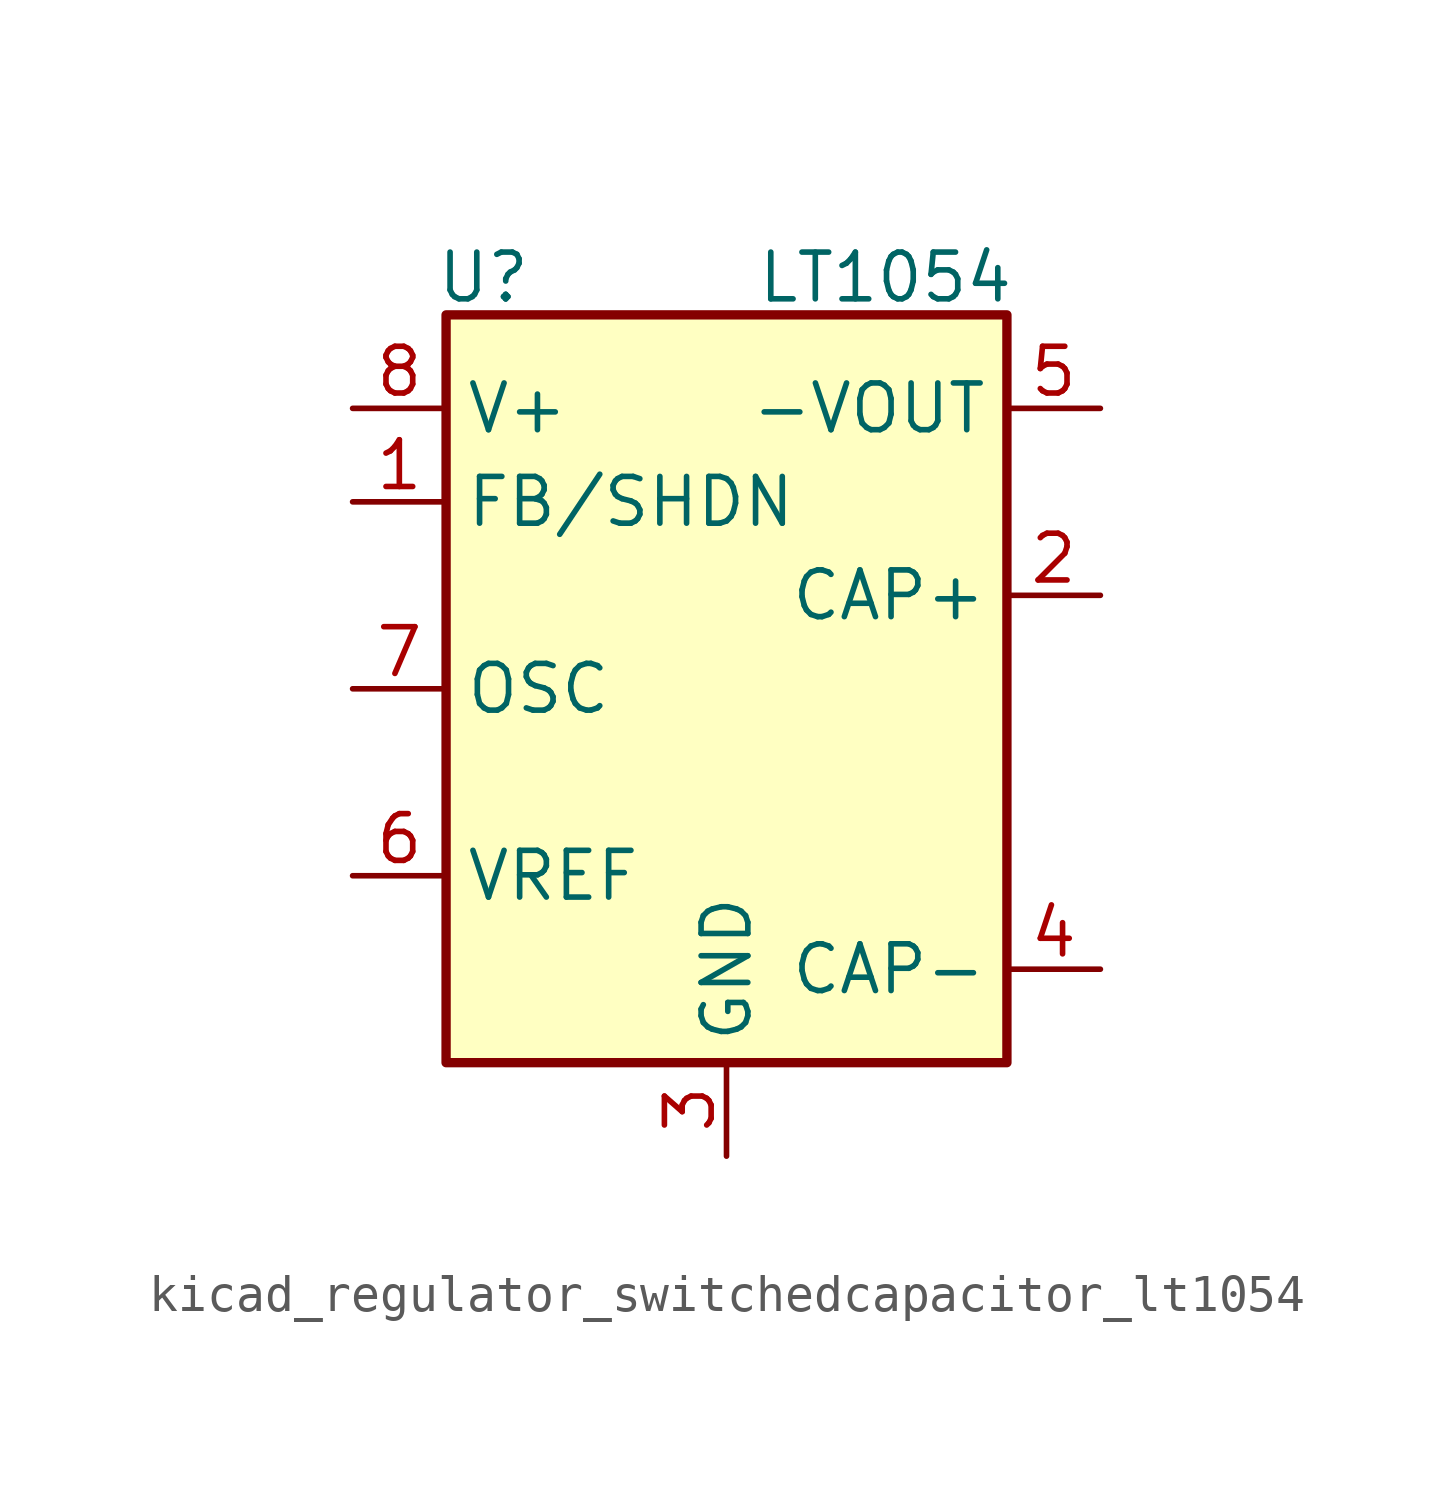
<source format=kicad_sym>
(kicad_symbol_lib
  (version 20220914)
  (generator kicad_symbol_editor)
  (symbol "kicad_regulator_switchedcapacitor_lt1054"
    (property "Reference" "U"
      (at -6.604 11.176 0)
      (effects (font (size 1.27 1.27))))
    (property "Value" "LT1054"
      (at 4.318 11.176 0)
      (effects (font (size 1.27 1.27))))
    (symbol "kicad_regulator_switchedcapacitor_lt1054_0_1"
      (rectangle (start -7.62 10.16) (end 7.62 -10.16) (stroke (width 0.254) (type default)) (fill (type background))))
    (symbol "kicad_regulator_switchedcapacitor_lt1054_1_1"
      (pin input line (at -10.16 5.08 0) (length 2.54) (name "FB/SHDN" (effects (font (size 1.27 1.27)))) (number "1" (effects (font (size 1.27 1.27)))))
      (pin input line (at 10.16 2.54 180) (length 2.54) (name "CAP+" (effects (font (size 1.27 1.27)))) (number "2" (effects (font (size 1.27 1.27)))))
      (pin power_in line (at 0 -12.7 90) (length 2.54) (name "GND" (effects (font (size 1.27 1.27)))) (number "3" (effects (font (size 1.27 1.27)))))
      (pin input line (at 10.16 -7.62 180) (length 2.54) (name "CAP-" (effects (font (size 1.27 1.27)))) (number "4" (effects (font (size 1.27 1.27)))))
      (pin power_out line (at 10.16 7.62 180) (length 2.54) (name "-VOUT" (effects (font (size 1.27 1.27)))) (number "5" (effects (font (size 1.27 1.27)))))
      (pin output line (at -10.16 -5.08 0) (length 2.54) (name "VREF" (effects (font (size 1.27 1.27)))) (number "6" (effects (font (size 1.27 1.27)))))
      (pin input line (at -10.16 0 0) (length 2.54) (name "OSC" (effects (font (size 1.27 1.27)))) (number "7" (effects (font (size 1.27 1.27)))))
      (pin power_in line (at -10.16 7.62 0) (length 2.54) (name "V+" (effects (font (size 1.27 1.27)))) (number "8" (effects (font (size 1.27 1.27))))))))
</source>
